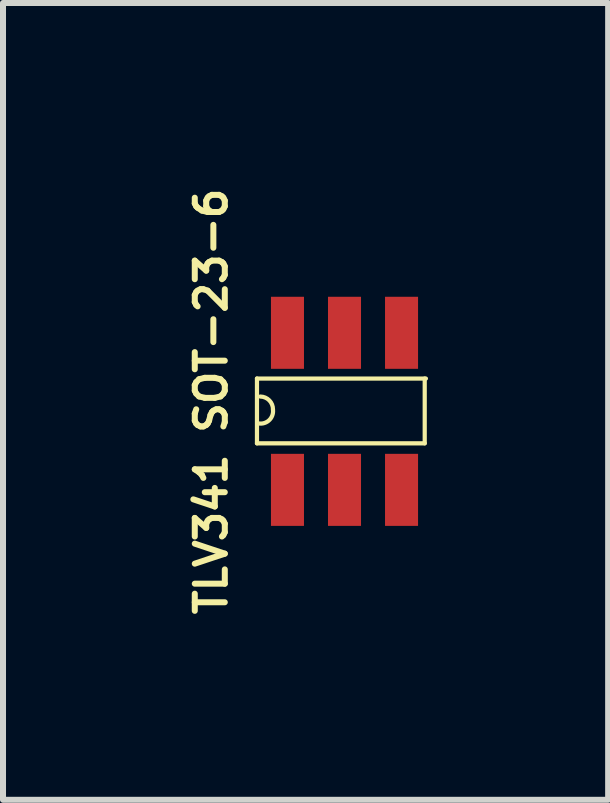
<source format=kicad_pcb>
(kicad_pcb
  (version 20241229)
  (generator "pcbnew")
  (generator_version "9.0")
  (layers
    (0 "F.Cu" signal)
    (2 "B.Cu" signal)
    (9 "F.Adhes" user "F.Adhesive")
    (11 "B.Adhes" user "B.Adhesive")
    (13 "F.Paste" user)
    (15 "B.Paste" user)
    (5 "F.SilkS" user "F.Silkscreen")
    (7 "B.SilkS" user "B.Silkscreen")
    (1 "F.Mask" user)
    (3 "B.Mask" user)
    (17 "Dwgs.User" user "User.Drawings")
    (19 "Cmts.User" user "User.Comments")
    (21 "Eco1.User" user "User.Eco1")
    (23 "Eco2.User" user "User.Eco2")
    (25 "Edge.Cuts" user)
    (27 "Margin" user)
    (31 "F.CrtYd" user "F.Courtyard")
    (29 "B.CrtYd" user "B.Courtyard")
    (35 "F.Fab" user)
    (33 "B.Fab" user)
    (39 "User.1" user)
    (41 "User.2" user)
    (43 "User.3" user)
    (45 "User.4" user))
  (footprint "TLV341 SOT-23-6"
    (layer "F.Cu")
    (at 1.738 4.906)
    (property "Reference" "TLV341 SOT-23-6" (at -1.27 -1.27 90) (layer "F.SilkS") (effects (font (size 0.5 0.5) (thickness 0.1))))
    (attr through_hole)
    (fp_line (start -0.508 -1.651) (end -0.508 -0.572) (stroke (width 0.07) (type solid)) (layer "F.SilkS"))
    (fp_line (start -0.508 -1.651) (end 2.306 -1.651) (stroke (width 0.07) (type solid)) (layer "F.SilkS"))
    (fp_line (start 2.286 -1.651) (end 2.286 -0.572) (stroke (width 0.07) (type solid)) (layer "F.SilkS"))
    (fp_line (start 2.286 -0.572) (end -0.508 -0.572) (stroke (width 0.07) (type solid)) (layer "F.SilkS"))
    (fp_arc (start -0.45212 -1.35128) (mid -0.301996 -1.286992) (end -0.2413 -1.13538) (stroke (width 0.07) (type solid)) (layer "F.SilkS"))
    (fp_arc (start -0.2413 -1.1303) (mid -0.314206 -0.948674) (end -0.505848 -0.908963) (stroke (width 0.07) (type solid)) (layer "F.SilkS"))
    (pad "1" smd rect (at 0 0.203) (size 0.55 1.2) (layers "F.Cu" "F.Mask" "F.Paste"))
    (pad "2" smd rect (at 0.95 0.203) (size 0.55 1.2) (layers "F.Cu" "F.Mask" "F.Paste"))
    (pad "3" smd rect (at 1.9 0.203) (size 0.55 1.2) (layers "F.Cu" "F.Mask" "F.Paste"))
    (pad "4" smd rect (at 1.9 -2.413) (size 0.55 1.2) (layers "F.Cu" "F.Mask" "F.Paste"))
    (pad "5" smd rect (at 0.95 -2.413) (size 0.55 1.2) (layers "F.Cu" "F.Mask" "F.Paste"))
    (pad "6" smd rect (at 0 -2.413) (size 0.55 1.2) (layers "F.Cu" "F.Mask" "F.Paste")))
  (gr_rect
    (start -3 -3)
    (end 7.079 10.271)
    (stroke (width 0.1) (type default))
    (fill no)
    (layer "Edge.Cuts")))
</source>
